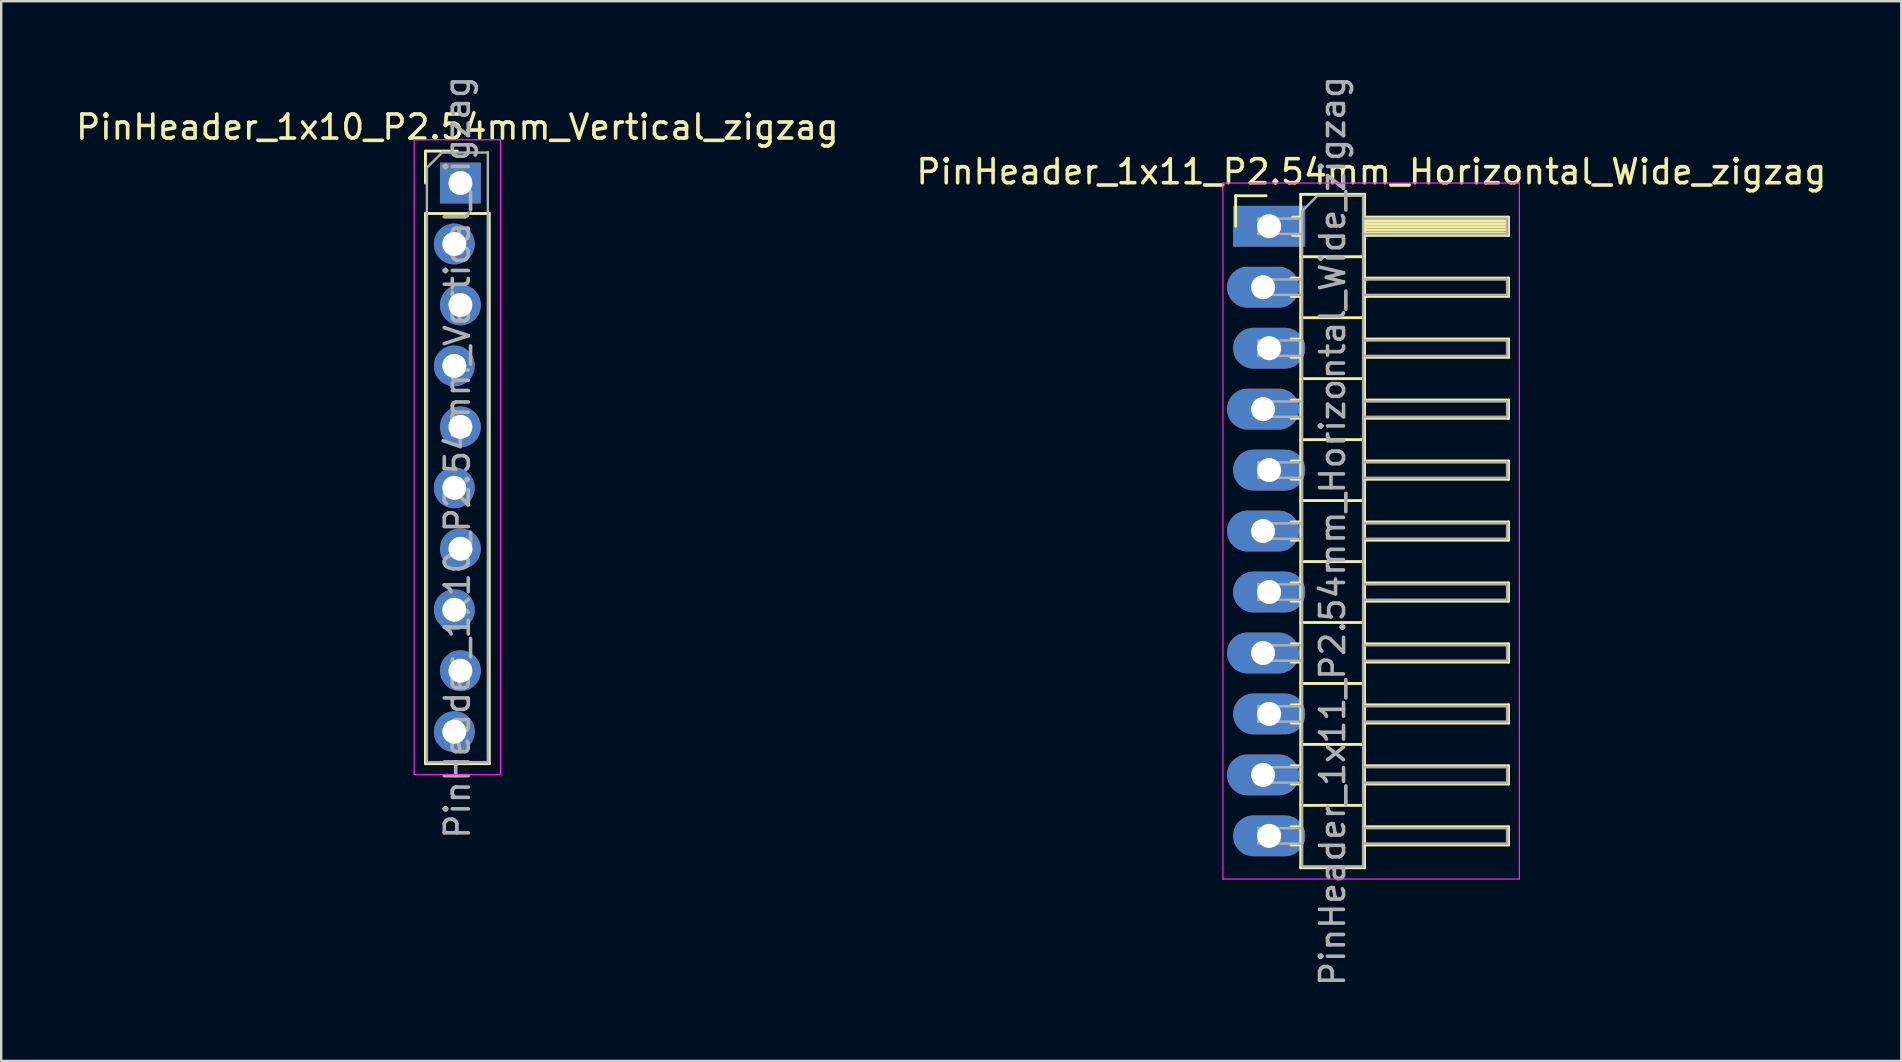
<source format=kicad_pcb>
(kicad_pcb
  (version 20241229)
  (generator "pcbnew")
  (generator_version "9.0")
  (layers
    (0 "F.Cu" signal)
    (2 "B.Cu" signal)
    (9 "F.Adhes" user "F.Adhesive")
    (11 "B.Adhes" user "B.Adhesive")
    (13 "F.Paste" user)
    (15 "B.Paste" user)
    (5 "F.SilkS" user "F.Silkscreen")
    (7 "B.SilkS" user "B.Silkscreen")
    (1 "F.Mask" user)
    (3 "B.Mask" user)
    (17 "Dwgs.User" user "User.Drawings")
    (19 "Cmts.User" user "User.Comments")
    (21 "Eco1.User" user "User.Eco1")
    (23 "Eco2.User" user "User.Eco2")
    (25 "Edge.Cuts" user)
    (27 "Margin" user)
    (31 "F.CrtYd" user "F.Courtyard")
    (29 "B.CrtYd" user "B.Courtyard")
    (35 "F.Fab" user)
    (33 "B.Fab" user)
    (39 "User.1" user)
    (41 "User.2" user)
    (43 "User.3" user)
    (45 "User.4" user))
  (footprint "PinHeader_1x10_P2.54mm_Vertical_zigzag"
    (layer "F.Cu")
    (at 16.006 4.576)
    (property "Reference" "PinHeader_1x10_P2.54mm_Vertical_zigzag" (at 0 -2.33 0) (layer "F.SilkS") (effects (font (size 1 1) (thickness 0.15))))
    (attr through_hole)
    (fp_line (start -1.33 -1.33) (end 0 -1.33) (stroke (width 0.12) (type solid)) (layer "F.SilkS"))
    (fp_line (start -1.33 0) (end -1.33 -1.33) (stroke (width 0.12) (type solid)) (layer "F.SilkS"))
    (fp_line (start -1.33 1.27) (end -1.33 24.19) (stroke (width 0.12) (type solid)) (layer "F.SilkS"))
    (fp_line (start -1.33 1.27) (end 1.33 1.27) (stroke (width 0.12) (type solid)) (layer "F.SilkS"))
    (fp_line (start -1.33 24.19) (end 1.33 24.19) (stroke (width 0.12) (type solid)) (layer "F.SilkS"))
    (fp_line (start 1.33 1.27) (end 1.33 24.19) (stroke (width 0.12) (type solid)) (layer "F.SilkS"))
    (fp_line (start -1.8 -1.8) (end -1.8 24.65) (stroke (width 0.05) (type solid)) (layer "F.CrtYd"))
    (fp_line (start -1.8 24.65) (end 1.8 24.65) (stroke (width 0.05) (type solid)) (layer "F.CrtYd"))
    (fp_line (start 1.8 -1.8) (end -1.8 -1.8) (stroke (width 0.05) (type solid)) (layer "F.CrtYd"))
    (fp_line (start 1.8 24.65) (end 1.8 -1.8) (stroke (width 0.05) (type solid)) (layer "F.CrtYd"))
    (fp_line (start -1.27 -0.635) (end -0.635 -1.27) (stroke (width 0.1) (type solid)) (layer "F.Fab"))
    (fp_line (start -1.27 24.13) (end -1.27 -0.635) (stroke (width 0.1) (type solid)) (layer "F.Fab"))
    (fp_line (start -0.635 -1.27) (end 1.27 -1.27) (stroke (width 0.1) (type solid)) (layer "F.Fab"))
    (fp_line (start 1.27 -1.27) (end 1.27 24.13) (stroke (width 0.1) (type solid)) (layer "F.Fab"))
    (fp_line (start 1.27 24.13) (end -1.27 24.13) (stroke (width 0.1) (type solid)) (layer "F.Fab"))
    (fp_text user "${REFERENCE}" (at 0 11.43 90) (layer "F.Fab") (effects (font (size 1 1) (thickness 0.15))))
    (pad "1" thru_hole rect (at 0.127 0) (size 1.7 1.7) (drill 1) (layers "*.Cu" "*.Mask"))
    (pad "2" thru_hole oval (at -0.127 2.54) (size 1.7 1.7) (drill 1) (layers "*.Cu" "*.Mask"))
    (pad "3" thru_hole oval (at 0.127 5.08) (size 1.7 1.7) (drill 1) (layers "*.Cu" "*.Mask"))
    (pad "4" thru_hole oval (at -0.127 7.62) (size 1.7 1.7) (drill 1) (layers "*.Cu" "*.Mask"))
    (pad "5" thru_hole oval (at 0.127 10.16) (size 1.7 1.7) (drill 1) (layers "*.Cu" "*.Mask"))
    (pad "6" thru_hole oval (at -0.127 12.7) (size 1.7 1.7) (drill 1) (layers "*.Cu" "*.Mask"))
    (pad "7" thru_hole oval (at 0.127 15.24) (size 1.7 1.7) (drill 1) (layers "*.Cu" "*.Mask"))
    (pad "8" thru_hole oval (at -0.127 17.78) (size 1.7 1.7) (drill 1) (layers "*.Cu" "*.Mask"))
    (pad "9" thru_hole oval (at 0.127 20.32) (size 1.7 1.7) (drill 1) (layers "*.Cu" "*.Mask"))
    (pad "10" thru_hole oval (at -0.127 22.86) (size 1.7 1.7) (drill 1) (layers "*.Cu" "*.Mask")))
  (footprint "PinHeader_1x11_P2.54mm_Horizontal_Wide_zigzag"
    (layer "F.Cu")
    (at 49.704 6.377)
    (property "Reference" "PinHeader_1x11_P2.54mm_Horizontal_Wide_zigzag" (at 4.385 -2.27 0) (layer "F.SilkS") (effects (font (size 1 1) (thickness 0.15))))
    (attr through_hole)
    (fp_line (start -1.27 -1.27) (end 0 -1.27) (stroke (width 0.12) (type solid)) (layer "F.SilkS"))
    (fp_line (start -1.27 0) (end -1.27 -1.27) (stroke (width 0.12) (type solid)) (layer "F.SilkS"))
    (fp_line (start 1.043 2.16) (end 1.44 2.16) (stroke (width 0.12) (type solid)) (layer "F.SilkS"))
    (fp_line (start 1.043 2.92) (end 1.44 2.92) (stroke (width 0.12) (type solid)) (layer "F.SilkS"))
    (fp_line (start 1.043 4.7) (end 1.44 4.7) (stroke (width 0.12) (type solid)) (layer "F.SilkS"))
    (fp_line (start 1.043 5.46) (end 1.44 5.46) (stroke (width 0.12) (type solid)) (layer "F.SilkS"))
    (fp_line (start 1.043 7.24) (end 1.44 7.24) (stroke (width 0.12) (type solid)) (layer "F.SilkS"))
    (fp_line (start 1.043 8) (end 1.44 8) (stroke (width 0.12) (type solid)) (layer "F.SilkS"))
    (fp_line (start 1.043 9.78) (end 1.44 9.78) (stroke (width 0.12) (type solid)) (layer "F.SilkS"))
    (fp_line (start 1.043 10.54) (end 1.44 10.54) (stroke (width 0.12) (type solid)) (layer "F.SilkS"))
    (fp_line (start 1.043 12.32) (end 1.44 12.32) (stroke (width 0.12) (type solid)) (layer "F.SilkS"))
    (fp_line (start 1.043 13.08) (end 1.44 13.08) (stroke (width 0.12) (type solid)) (layer "F.SilkS"))
    (fp_line (start 1.043 14.86) (end 1.44 14.86) (stroke (width 0.12) (type solid)) (layer "F.SilkS"))
    (fp_line (start 1.043 15.62) (end 1.44 15.62) (stroke (width 0.12) (type solid)) (layer "F.SilkS"))
    (fp_line (start 1.043 17.4) (end 1.44 17.4) (stroke (width 0.12) (type solid)) (layer "F.SilkS"))
    (fp_line (start 1.043 18.16) (end 1.44 18.16) (stroke (width 0.12) (type solid)) (layer "F.SilkS"))
    (fp_line (start 1.043 19.94) (end 1.44 19.94) (stroke (width 0.12) (type solid)) (layer "F.SilkS"))
    (fp_line (start 1.043 20.7) (end 1.44 20.7) (stroke (width 0.12) (type solid)) (layer "F.SilkS"))
    (fp_line (start 1.043 22.48) (end 1.44 22.48) (stroke (width 0.12) (type solid)) (layer "F.SilkS"))
    (fp_line (start 1.043 23.24) (end 1.44 23.24) (stroke (width 0.12) (type solid)) (layer "F.SilkS"))
    (fp_line (start 1.043 25.02) (end 1.44 25.02) (stroke (width 0.12) (type solid)) (layer "F.SilkS"))
    (fp_line (start 1.043 25.78) (end 1.44 25.78) (stroke (width 0.12) (type solid)) (layer "F.SilkS"))
    (fp_line (start 1.11 -0.38) (end 1.44 -0.38) (stroke (width 0.12) (type solid)) (layer "F.SilkS"))
    (fp_line (start 1.11 0.38) (end 1.44 0.38) (stroke (width 0.12) (type solid)) (layer "F.SilkS"))
    (fp_line (start 1.44 -1.33) (end 1.44 26.73) (stroke (width 0.12) (type solid)) (layer "F.SilkS"))
    (fp_line (start 1.44 1.27) (end 4.1 1.27) (stroke (width 0.12) (type solid)) (layer "F.SilkS"))
    (fp_line (start 1.44 3.81) (end 4.1 3.81) (stroke (width 0.12) (type solid)) (layer "F.SilkS"))
    (fp_line (start 1.44 6.35) (end 4.1 6.35) (stroke (width 0.12) (type solid)) (layer "F.SilkS"))
    (fp_line (start 1.44 8.89) (end 4.1 8.89) (stroke (width 0.12) (type solid)) (layer "F.SilkS"))
    (fp_line (start 1.44 11.43) (end 4.1 11.43) (stroke (width 0.12) (type solid)) (layer "F.SilkS"))
    (fp_line (start 1.44 13.97) (end 4.1 13.97) (stroke (width 0.12) (type solid)) (layer "F.SilkS"))
    (fp_line (start 1.44 16.51) (end 4.1 16.51) (stroke (width 0.12) (type solid)) (layer "F.SilkS"))
    (fp_line (start 1.44 19.05) (end 4.1 19.05) (stroke (width 0.12) (type solid)) (layer "F.SilkS"))
    (fp_line (start 1.44 21.59) (end 4.1 21.59) (stroke (width 0.12) (type solid)) (layer "F.SilkS"))
    (fp_line (start 1.44 24.13) (end 4.1 24.13) (stroke (width 0.12) (type solid)) (layer "F.SilkS"))
    (fp_line (start 1.44 26.73) (end 4.1 26.73) (stroke (width 0.12) (type solid)) (layer "F.SilkS"))
    (fp_line (start 4.1 -1.33) (end 1.44 -1.33) (stroke (width 0.12) (type solid)) (layer "F.SilkS"))
    (fp_line (start 4.1 -0.38) (end 10.1 -0.38) (stroke (width 0.12) (type solid)) (layer "F.SilkS"))
    (fp_line (start 4.1 -0.32) (end 10.1 -0.32) (stroke (width 0.12) (type solid)) (layer "F.SilkS"))
    (fp_line (start 4.1 -0.2) (end 10.1 -0.2) (stroke (width 0.12) (type solid)) (layer "F.SilkS"))
    (fp_line (start 4.1 -0.08) (end 10.1 -0.08) (stroke (width 0.12) (type solid)) (layer "F.SilkS"))
    (fp_line (start 4.1 0.04) (end 10.1 0.04) (stroke (width 0.12) (type solid)) (layer "F.SilkS"))
    (fp_line (start 4.1 0.16) (end 10.1 0.16) (stroke (width 0.12) (type solid)) (layer "F.SilkS"))
    (fp_line (start 4.1 0.28) (end 10.1 0.28) (stroke (width 0.12) (type solid)) (layer "F.SilkS"))
    (fp_line (start 4.1 2.16) (end 10.1 2.16) (stroke (width 0.12) (type solid)) (layer "F.SilkS"))
    (fp_line (start 4.1 4.7) (end 10.1 4.7) (stroke (width 0.12) (type solid)) (layer "F.SilkS"))
    (fp_line (start 4.1 7.24) (end 10.1 7.24) (stroke (width 0.12) (type solid)) (layer "F.SilkS"))
    (fp_line (start 4.1 9.78) (end 10.1 9.78) (stroke (width 0.12) (type solid)) (layer "F.SilkS"))
    (fp_line (start 4.1 12.32) (end 10.1 12.32) (stroke (width 0.12) (type solid)) (layer "F.SilkS"))
    (fp_line (start 4.1 14.86) (end 10.1 14.86) (stroke (width 0.12) (type solid)) (layer "F.SilkS"))
    (fp_line (start 4.1 17.4) (end 10.1 17.4) (stroke (width 0.12) (type solid)) (layer "F.SilkS"))
    (fp_line (start 4.1 19.94) (end 10.1 19.94) (stroke (width 0.12) (type solid)) (layer "F.SilkS"))
    (fp_line (start 4.1 22.48) (end 10.1 22.48) (stroke (width 0.12) (type solid)) (layer "F.SilkS"))
    (fp_line (start 4.1 25.02) (end 10.1 25.02) (stroke (width 0.12) (type solid)) (layer "F.SilkS"))
    (fp_line (start 4.1 26.73) (end 4.1 -1.33) (stroke (width 0.12) (type solid)) (layer "F.SilkS"))
    (fp_line (start 10.1 -0.38) (end 10.1 0.38) (stroke (width 0.12) (type solid)) (layer "F.SilkS"))
    (fp_line (start 10.1 0.38) (end 4.1 0.38) (stroke (width 0.12) (type solid)) (layer "F.SilkS"))
    (fp_line (start 10.1 2.16) (end 10.1 2.92) (stroke (width 0.12) (type solid)) (layer "F.SilkS"))
    (fp_line (start 10.1 2.92) (end 4.1 2.92) (stroke (width 0.12) (type solid)) (layer "F.SilkS"))
    (fp_line (start 10.1 4.7) (end 10.1 5.46) (stroke (width 0.12) (type solid)) (layer "F.SilkS"))
    (fp_line (start 10.1 5.46) (end 4.1 5.46) (stroke (width 0.12) (type solid)) (layer "F.SilkS"))
    (fp_line (start 10.1 7.24) (end 10.1 8) (stroke (width 0.12) (type solid)) (layer "F.SilkS"))
    (fp_line (start 10.1 8) (end 4.1 8) (stroke (width 0.12) (type solid)) (layer "F.SilkS"))
    (fp_line (start 10.1 9.78) (end 10.1 10.54) (stroke (width 0.12) (type solid)) (layer "F.SilkS"))
    (fp_line (start 10.1 10.54) (end 4.1 10.54) (stroke (width 0.12) (type solid)) (layer "F.SilkS"))
    (fp_line (start 10.1 12.32) (end 10.1 13.08) (stroke (width 0.12) (type solid)) (layer "F.SilkS"))
    (fp_line (start 10.1 13.08) (end 4.1 13.08) (stroke (width 0.12) (type solid)) (layer "F.SilkS"))
    (fp_line (start 10.1 14.86) (end 10.1 15.62) (stroke (width 0.12) (type solid)) (layer "F.SilkS"))
    (fp_line (start 10.1 15.62) (end 4.1 15.62) (stroke (width 0.12) (type solid)) (layer "F.SilkS"))
    (fp_line (start 10.1 17.4) (end 10.1 18.16) (stroke (width 0.12) (type solid)) (layer "F.SilkS"))
    (fp_line (start 10.1 18.16) (end 4.1 18.16) (stroke (width 0.12) (type solid)) (layer "F.SilkS"))
    (fp_line (start 10.1 19.94) (end 10.1 20.7) (stroke (width 0.12) (type solid)) (layer "F.SilkS"))
    (fp_line (start 10.1 20.7) (end 4.1 20.7) (stroke (width 0.12) (type solid)) (layer "F.SilkS"))
    (fp_line (start 10.1 22.48) (end 10.1 23.24) (stroke (width 0.12) (type solid)) (layer "F.SilkS"))
    (fp_line (start 10.1 23.24) (end 4.1 23.24) (stroke (width 0.12) (type solid)) (layer "F.SilkS"))
    (fp_line (start 10.1 25.02) (end 10.1 25.78) (stroke (width 0.12) (type solid)) (layer "F.SilkS"))
    (fp_line (start 10.1 25.78) (end 4.1 25.78) (stroke (width 0.12) (type solid)) (layer "F.SilkS"))
    (fp_line (start -1.8 -1.8) (end -1.8 27.2) (stroke (width 0.05) (type solid)) (layer "F.CrtYd"))
    (fp_line (start -1.8 27.2) (end 10.55 27.2) (stroke (width 0.05) (type solid)) (layer "F.CrtYd"))
    (fp_line (start 10.55 -1.8) (end -1.8 -1.8) (stroke (width 0.05) (type solid)) (layer "F.CrtYd"))
    (fp_line (start 10.55 27.2) (end 10.55 -1.8) (stroke (width 0.05) (type solid)) (layer "F.CrtYd"))
    (fp_line (start -0.32 -0.32) (end -0.32 0.32) (stroke (width 0.1) (type solid)) (layer "F.Fab"))
    (fp_line (start -0.32 -0.32) (end 1.5 -0.32) (stroke (width 0.1) (type solid)) (layer "F.Fab"))
    (fp_line (start -0.32 0.32) (end 1.5 0.32) (stroke (width 0.1) (type solid)) (layer "F.Fab"))
    (fp_line (start -0.32 2.22) (end -0.32 2.86) (stroke (width 0.1) (type solid)) (layer "F.Fab"))
    (fp_line (start -0.32 2.22) (end 1.5 2.22) (stroke (width 0.1) (type solid)) (layer "F.Fab"))
    (fp_line (start -0.32 2.86) (end 1.5 2.86) (stroke (width 0.1) (type solid)) (layer "F.Fab"))
    (fp_line (start -0.32 4.76) (end -0.32 5.4) (stroke (width 0.1) (type solid)) (layer "F.Fab"))
    (fp_line (start -0.32 4.76) (end 1.5 4.76) (stroke (width 0.1) (type solid)) (layer "F.Fab"))
    (fp_line (start -0.32 5.4) (end 1.5 5.4) (stroke (width 0.1) (type solid)) (layer "F.Fab"))
    (fp_line (start -0.32 7.3) (end -0.32 7.94) (stroke (width 0.1) (type solid)) (layer "F.Fab"))
    (fp_line (start -0.32 7.3) (end 1.5 7.3) (stroke (width 0.1) (type solid)) (layer "F.Fab"))
    (fp_line (start -0.32 7.94) (end 1.5 7.94) (stroke (width 0.1) (type solid)) (layer "F.Fab"))
    (fp_line (start -0.32 9.84) (end -0.32 10.48) (stroke (width 0.1) (type solid)) (layer "F.Fab"))
    (fp_line (start -0.32 9.84) (end 1.5 9.84) (stroke (width 0.1) (type solid)) (layer "F.Fab"))
    (fp_line (start -0.32 10.48) (end 1.5 10.48) (stroke (width 0.1) (type solid)) (layer "F.Fab"))
    (fp_line (start -0.32 12.38) (end -0.32 13.02) (stroke (width 0.1) (type solid)) (layer "F.Fab"))
    (fp_line (start -0.32 12.38) (end 1.5 12.38) (stroke (width 0.1) (type solid)) (layer "F.Fab"))
    (fp_line (start -0.32 13.02) (end 1.5 13.02) (stroke (width 0.1) (type solid)) (layer "F.Fab"))
    (fp_line (start -0.32 14.92) (end -0.32 15.56) (stroke (width 0.1) (type solid)) (layer "F.Fab"))
    (fp_line (start -0.32 14.92) (end 1.5 14.92) (stroke (width 0.1) (type solid)) (layer "F.Fab"))
    (fp_line (start -0.32 15.56) (end 1.5 15.56) (stroke (width 0.1) (type solid)) (layer "F.Fab"))
    (fp_line (start -0.32 17.46) (end -0.32 18.1) (stroke (width 0.1) (type solid)) (layer "F.Fab"))
    (fp_line (start -0.32 17.46) (end 1.5 17.46) (stroke (width 0.1) (type solid)) (layer "F.Fab"))
    (fp_line (start -0.32 18.1) (end 1.5 18.1) (stroke (width 0.1) (type solid)) (layer "F.Fab"))
    (fp_line (start -0.32 20) (end -0.32 20.64) (stroke (width 0.1) (type solid)) (layer "F.Fab"))
    (fp_line (start -0.32 20) (end 1.5 20) (stroke (width 0.1) (type solid)) (layer "F.Fab"))
    (fp_line (start -0.32 20.64) (end 1.5 20.64) (stroke (width 0.1) (type solid)) (layer "F.Fab"))
    (fp_line (start -0.32 22.54) (end -0.32 23.18) (stroke (width 0.1) (type solid)) (layer "F.Fab"))
    (fp_line (start -0.32 22.54) (end 1.5 22.54) (stroke (width 0.1) (type solid)) (layer "F.Fab"))
    (fp_line (start -0.32 23.18) (end 1.5 23.18) (stroke (width 0.1) (type solid)) (layer "F.Fab"))
    (fp_line (start -0.32 25.08) (end -0.32 25.72) (stroke (width 0.1) (type solid)) (layer "F.Fab"))
    (fp_line (start -0.32 25.08) (end 1.5 25.08) (stroke (width 0.1) (type solid)) (layer "F.Fab"))
    (fp_line (start -0.32 25.72) (end 1.5 25.72) (stroke (width 0.1) (type solid)) (layer "F.Fab"))
    (fp_line (start 1.5 -0.635) (end 2.135 -1.27) (stroke (width 0.1) (type solid)) (layer "F.Fab"))
    (fp_line (start 1.5 26.67) (end 1.5 -0.635) (stroke (width 0.1) (type solid)) (layer "F.Fab"))
    (fp_line (start 2.135 -1.27) (end 4.04 -1.27) (stroke (width 0.1) (type solid)) (layer "F.Fab"))
    (fp_line (start 4.04 -1.27) (end 4.04 26.67) (stroke (width 0.1) (type solid)) (layer "F.Fab"))
    (fp_line (start 4.04 -0.32) (end 10.04 -0.32) (stroke (width 0.1) (type solid)) (layer "F.Fab"))
    (fp_line (start 4.04 0.32) (end 10.04 0.32) (stroke (width 0.1) (type solid)) (layer "F.Fab"))
    (fp_line (start 4.04 2.22) (end 10.04 2.22) (stroke (width 0.1) (type solid)) (layer "F.Fab"))
    (fp_line (start 4.04 2.86) (end 10.04 2.86) (stroke (width 0.1) (type solid)) (layer "F.Fab"))
    (fp_line (start 4.04 4.76) (end 10.04 4.76) (stroke (width 0.1) (type solid)) (layer "F.Fab"))
    (fp_line (start 4.04 5.4) (end 10.04 5.4) (stroke (width 0.1) (type solid)) (layer "F.Fab"))
    (fp_line (start 4.04 7.3) (end 10.04 7.3) (stroke (width 0.1) (type solid)) (layer "F.Fab"))
    (fp_line (start 4.04 7.94) (end 10.04 7.94) (stroke (width 0.1) (type solid)) (layer "F.Fab"))
    (fp_line (start 4.04 9.84) (end 10.04 9.84) (stroke (width 0.1) (type solid)) (layer "F.Fab"))
    (fp_line (start 4.04 10.48) (end 10.04 10.48) (stroke (width 0.1) (type solid)) (layer "F.Fab"))
    (fp_line (start 4.04 12.38) (end 10.04 12.38) (stroke (width 0.1) (type solid)) (layer "F.Fab"))
    (fp_line (start 4.04 13.02) (end 10.04 13.02) (stroke (width 0.1) (type solid)) (layer "F.Fab"))
    (fp_line (start 4.04 14.92) (end 10.04 14.92) (stroke (width 0.1) (type solid)) (layer "F.Fab"))
    (fp_line (start 4.04 15.56) (end 10.04 15.56) (stroke (width 0.1) (type solid)) (layer "F.Fab"))
    (fp_line (start 4.04 17.46) (end 10.04 17.46) (stroke (width 0.1) (type solid)) (layer "F.Fab"))
    (fp_line (start 4.04 18.1) (end 10.04 18.1) (stroke (width 0.1) (type solid)) (layer "F.Fab"))
    (fp_line (start 4.04 20) (end 10.04 20) (stroke (width 0.1) (type solid)) (layer "F.Fab"))
    (fp_line (start 4.04 20.64) (end 10.04 20.64) (stroke (width 0.1) (type solid)) (layer "F.Fab"))
    (fp_line (start 4.04 22.54) (end 10.04 22.54) (stroke (width 0.1) (type solid)) (layer "F.Fab"))
    (fp_line (start 4.04 23.18) (end 10.04 23.18) (stroke (width 0.1) (type solid)) (layer "F.Fab"))
    (fp_line (start 4.04 25.08) (end 10.04 25.08) (stroke (width 0.1) (type solid)) (layer "F.Fab"))
    (fp_line (start 4.04 25.72) (end 10.04 25.72) (stroke (width 0.1) (type solid)) (layer "F.Fab"))
    (fp_line (start 4.04 26.67) (end 1.5 26.67) (stroke (width 0.1) (type solid)) (layer "F.Fab"))
    (fp_line (start 10.04 -0.32) (end 10.04 0.32) (stroke (width 0.1) (type solid)) (layer "F.Fab"))
    (fp_line (start 10.04 2.22) (end 10.04 2.86) (stroke (width 0.1) (type solid)) (layer "F.Fab"))
    (fp_line (start 10.04 4.76) (end 10.04 5.4) (stroke (width 0.1) (type solid)) (layer "F.Fab"))
    (fp_line (start 10.04 7.3) (end 10.04 7.94) (stroke (width 0.1) (type solid)) (layer "F.Fab"))
    (fp_line (start 10.04 9.84) (end 10.04 10.48) (stroke (width 0.1) (type solid)) (layer "F.Fab"))
    (fp_line (start 10.04 12.38) (end 10.04 13.02) (stroke (width 0.1) (type solid)) (layer "F.Fab"))
    (fp_line (start 10.04 14.92) (end 10.04 15.56) (stroke (width 0.1) (type solid)) (layer "F.Fab"))
    (fp_line (start 10.04 17.46) (end 10.04 18.1) (stroke (width 0.1) (type solid)) (layer "F.Fab"))
    (fp_line (start 10.04 20) (end 10.04 20.64) (stroke (width 0.1) (type solid)) (layer "F.Fab"))
    (fp_line (start 10.04 22.54) (end 10.04 23.18) (stroke (width 0.1) (type solid)) (layer "F.Fab"))
    (fp_line (start 10.04 25.08) (end 10.04 25.72) (stroke (width 0.1) (type solid)) (layer "F.Fab"))
    (fp_text user "${REFERENCE}" (at 2.77 12.7 90) (layer "F.Fab") (effects (font (size 1 1) (thickness 0.15))))
    (pad "1" thru_hole rect (at 0.127 0) (size 3 1.7) (drill 1) (layers "*.Cu" "*.Mask"))
    (pad "2" thru_hole oval (at -0.127 2.54) (size 3 1.7) (drill 1) (layers "*.Cu" "*.Mask"))
    (pad "3" thru_hole oval (at 0.127 5.08) (size 3 1.7) (drill 1) (layers "*.Cu" "*.Mask"))
    (pad "4" thru_hole oval (at -0.127 7.62) (size 3 1.7) (drill 1) (layers "*.Cu" "*.Mask"))
    (pad "5" thru_hole oval (at 0.127 10.16) (size 3 1.7) (drill 1) (layers "*.Cu" "*.Mask"))
    (pad "6" thru_hole oval (at -0.127 12.7) (size 3 1.7) (drill 1) (layers "*.Cu" "*.Mask"))
    (pad "7" thru_hole oval (at 0.127 15.24) (size 3 1.7) (drill 1) (layers "*.Cu" "*.Mask"))
    (pad "8" thru_hole oval (at -0.127 17.78) (size 3 1.7) (drill 1) (layers "*.Cu" "*.Mask"))
    (pad "9" thru_hole oval (at 0.127 20.32) (size 3 1.7) (drill 1) (layers "*.Cu" "*.Mask"))
    (pad "10" thru_hole oval (at -0.127 22.86) (size 3 1.7) (drill 1) (layers "*.Cu" "*.Mask"))
    (pad "11" thru_hole oval (at 0.127 25.4) (size 3 1.7) (drill 1) (layers "*.Cu" "*.Mask")))
  (gr_rect
    (start -3 -3)
    (end 76.167 41.155)
    (stroke (width 0.1) (type default))
    (fill no)
    (layer "Edge.Cuts")))
</source>
